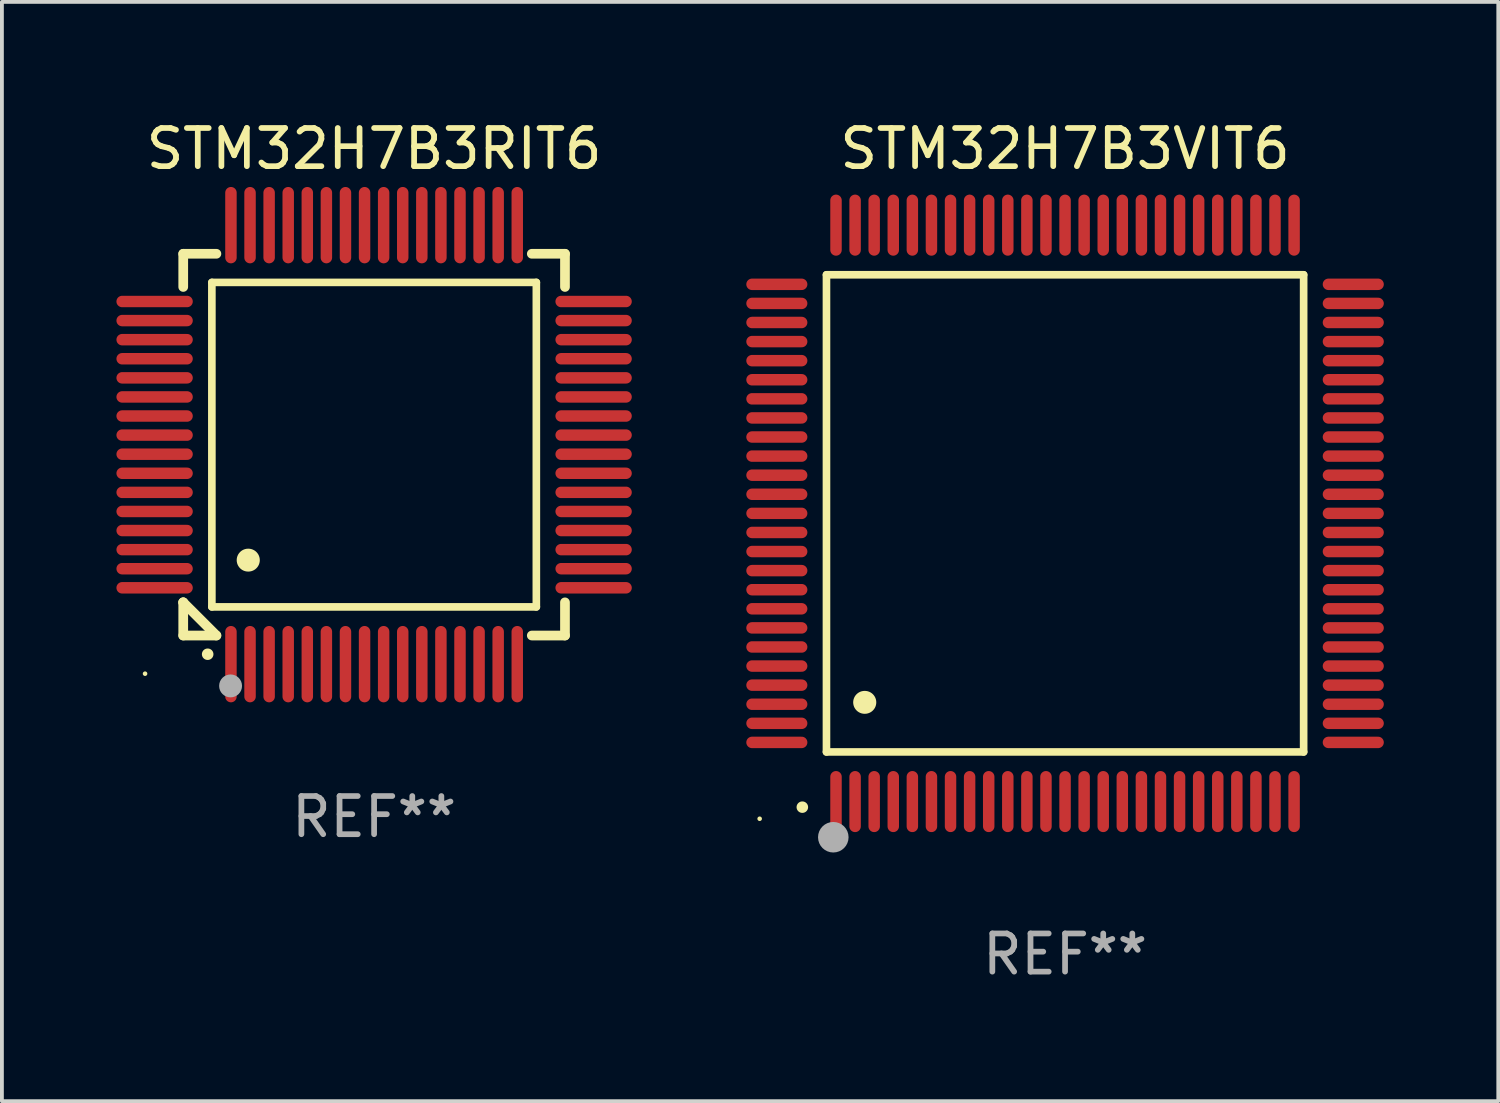
<source format=kicad_pcb>
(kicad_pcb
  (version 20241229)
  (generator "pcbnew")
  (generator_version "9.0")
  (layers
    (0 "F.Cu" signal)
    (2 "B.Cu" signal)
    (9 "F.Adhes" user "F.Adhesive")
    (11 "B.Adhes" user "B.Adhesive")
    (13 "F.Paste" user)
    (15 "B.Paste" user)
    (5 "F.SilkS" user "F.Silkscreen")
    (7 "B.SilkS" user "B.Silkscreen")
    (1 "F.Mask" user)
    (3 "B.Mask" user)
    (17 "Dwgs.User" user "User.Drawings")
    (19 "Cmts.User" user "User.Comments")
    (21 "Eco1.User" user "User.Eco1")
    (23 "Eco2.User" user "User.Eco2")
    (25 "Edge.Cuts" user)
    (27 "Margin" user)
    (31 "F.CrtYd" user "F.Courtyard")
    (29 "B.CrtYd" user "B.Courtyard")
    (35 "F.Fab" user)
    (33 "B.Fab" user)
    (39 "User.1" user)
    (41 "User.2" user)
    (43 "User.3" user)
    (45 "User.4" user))
  (footprint "STM32H7B3VIT6"
    (layer "F.Cu")
    (at 24.85 10.398)
    (property "Reference" "STM32H7B3VIT6" (at 0 -9.55 0) (layer "F.SilkS") (effects (font (size 1 1) (thickness 0.15))))
    (attr through_hole)
    (fp_line (start -6.25 -6.25) (end -6.25 6.25) (stroke (width 0.2) (type solid)) (layer "F.SilkS"))
    (fp_line (start -6.25 6.25) (end 6.25 6.25) (stroke (width 0.2) (type solid)) (layer "F.SilkS"))
    (fp_line (start 6.25 -6.25) (end -6.25 -6.25) (stroke (width 0.2) (type solid)) (layer "F.SilkS"))
    (fp_line (start 6.25 6.25) (end 6.25 -6.25) (stroke (width 0.2) (type solid)) (layer "F.SilkS"))
    (fp_arc (start -6.883414 7.696215) (mid -6.882144 7.69621) (end -6.880874 7.696215) (stroke (width 0.3) (type solid)) (layer "F.SilkS"))
    (fp_arc (start -5.250191 4.95047) (mid -5.247651 4.950459) (end -5.245111 4.95047) (stroke (width 0.6) (type solid)) (layer "F.SilkS"))
    (fp_circle (center -8 8) (end -7.97 8) (stroke (width 0.06) (type solid)) (fill no) (layer "F.SilkS"))
    (fp_circle (center -6.071 8.484) (end -5.871 8.484) (stroke (width 0.4) (type solid)) (fill no) (layer "F.Fab"))
    (fp_text user "REF**" (at 0 11.55 0) (layer "F.Fab") (effects (font (size 1 1) (thickness 0.15))))
    (pad "1" smd oval (at -6 7.55) (size 0.3 1.6) (layers "F.Cu" "F.Mask" "F.Paste"))
    (pad "2" smd oval (at -5.5 7.55) (size 0.3 1.6) (layers "F.Cu" "F.Mask" "F.Paste"))
    (pad "3" smd oval (at -5 7.55) (size 0.3 1.6) (layers "F.Cu" "F.Mask" "F.Paste"))
    (pad "4" smd oval (at -4.5 7.55) (size 0.3 1.6) (layers "F.Cu" "F.Mask" "F.Paste"))
    (pad "5" smd oval (at -4 7.55) (size 0.3 1.6) (layers "F.Cu" "F.Mask" "F.Paste"))
    (pad "6" smd oval (at -3.5 7.55) (size 0.3 1.6) (layers "F.Cu" "F.Mask" "F.Paste"))
    (pad "7" smd oval (at -3 7.55) (size 0.3 1.6) (layers "F.Cu" "F.Mask" "F.Paste"))
    (pad "8" smd oval (at -2.5 7.55) (size 0.3 1.6) (layers "F.Cu" "F.Mask" "F.Paste"))
    (pad "9" smd oval (at -2 7.55) (size 0.3 1.6) (layers "F.Cu" "F.Mask" "F.Paste"))
    (pad "10" smd oval (at -1.5 7.55) (size 0.3 1.6) (layers "F.Cu" "F.Mask" "F.Paste"))
    (pad "11" smd oval (at -1 7.55) (size 0.3 1.6) (layers "F.Cu" "F.Mask" "F.Paste"))
    (pad "12" smd oval (at -0.5 7.55) (size 0.3 1.6) (layers "F.Cu" "F.Mask" "F.Paste"))
    (pad "13" smd oval (at 0 7.55) (size 0.3 1.6) (layers "F.Cu" "F.Mask" "F.Paste"))
    (pad "14" smd oval (at 0.5 7.55) (size 0.3 1.6) (layers "F.Cu" "F.Mask" "F.Paste"))
    (pad "15" smd oval (at 1 7.55) (size 0.3 1.6) (layers "F.Cu" "F.Mask" "F.Paste"))
    (pad "16" smd oval (at 1.5 7.55) (size 0.3 1.6) (layers "F.Cu" "F.Mask" "F.Paste"))
    (pad "17" smd oval (at 2 7.55) (size 0.3 1.6) (layers "F.Cu" "F.Mask" "F.Paste"))
    (pad "18" smd oval (at 2.5 7.55) (size 0.3 1.6) (layers "F.Cu" "F.Mask" "F.Paste"))
    (pad "19" smd oval (at 3 7.55) (size 0.3 1.6) (layers "F.Cu" "F.Mask" "F.Paste"))
    (pad "20" smd oval (at 3.5 7.55) (size 0.3 1.6) (layers "F.Cu" "F.Mask" "F.Paste"))
    (pad "21" smd oval (at 4 7.55) (size 0.3 1.6) (layers "F.Cu" "F.Mask" "F.Paste"))
    (pad "22" smd oval (at 4.5 7.55) (size 0.3 1.6) (layers "F.Cu" "F.Mask" "F.Paste"))
    (pad "23" smd oval (at 5 7.55) (size 0.3 1.6) (layers "F.Cu" "F.Mask" "F.Paste"))
    (pad "24" smd oval (at 5.5 7.55) (size 0.3 1.6) (layers "F.Cu" "F.Mask" "F.Paste"))
    (pad "25" smd oval (at 6 7.55) (size 0.3 1.6) (layers "F.Cu" "F.Mask" "F.Paste"))
    (pad "26" smd oval (at 7.55 6) (size 1.6 0.3) (layers "F.Cu" "F.Mask" "F.Paste"))
    (pad "27" smd oval (at 7.55 5.5) (size 1.6 0.3) (layers "F.Cu" "F.Mask" "F.Paste"))
    (pad "28" smd oval (at 7.55 5) (size 1.6 0.3) (layers "F.Cu" "F.Mask" "F.Paste"))
    (pad "29" smd oval (at 7.55 4.5) (size 1.6 0.3) (layers "F.Cu" "F.Mask" "F.Paste"))
    (pad "30" smd oval (at 7.55 4) (size 1.6 0.3) (layers "F.Cu" "F.Mask" "F.Paste"))
    (pad "31" smd oval (at 7.55 3.5) (size 1.6 0.3) (layers "F.Cu" "F.Mask" "F.Paste"))
    (pad "32" smd oval (at 7.55 3) (size 1.6 0.3) (layers "F.Cu" "F.Mask" "F.Paste"))
    (pad "33" smd oval (at 7.55 2.5) (size 1.6 0.3) (layers "F.Cu" "F.Mask" "F.Paste"))
    (pad "34" smd oval (at 7.55 2) (size 1.6 0.3) (layers "F.Cu" "F.Mask" "F.Paste"))
    (pad "35" smd oval (at 7.55 1.5) (size 1.6 0.3) (layers "F.Cu" "F.Mask" "F.Paste"))
    (pad "36" smd oval (at 7.55 1) (size 1.6 0.3) (layers "F.Cu" "F.Mask" "F.Paste"))
    (pad "37" smd oval (at 7.55 0.5) (size 1.6 0.3) (layers "F.Cu" "F.Mask" "F.Paste"))
    (pad "38" smd oval (at 7.55 0) (size 1.6 0.3) (layers "F.Cu" "F.Mask" "F.Paste"))
    (pad "39" smd oval (at 7.55 -0.5) (size 1.6 0.3) (layers "F.Cu" "F.Mask" "F.Paste"))
    (pad "40" smd oval (at 7.55 -1) (size 1.6 0.3) (layers "F.Cu" "F.Mask" "F.Paste"))
    (pad "41" smd oval (at 7.55 -1.5) (size 1.6 0.3) (layers "F.Cu" "F.Mask" "F.Paste"))
    (pad "42" smd oval (at 7.55 -2) (size 1.6 0.3) (layers "F.Cu" "F.Mask" "F.Paste"))
    (pad "43" smd oval (at 7.55 -2.5) (size 1.6 0.3) (layers "F.Cu" "F.Mask" "F.Paste"))
    (pad "44" smd oval (at 7.55 -3) (size 1.6 0.3) (layers "F.Cu" "F.Mask" "F.Paste"))
    (pad "45" smd oval (at 7.55 -3.5) (size 1.6 0.3) (layers "F.Cu" "F.Mask" "F.Paste"))
    (pad "46" smd oval (at 7.55 -4) (size 1.6 0.3) (layers "F.Cu" "F.Mask" "F.Paste"))
    (pad "47" smd oval (at 7.55 -4.5) (size 1.6 0.3) (layers "F.Cu" "F.Mask" "F.Paste"))
    (pad "48" smd oval (at 7.55 -5) (size 1.6 0.3) (layers "F.Cu" "F.Mask" "F.Paste"))
    (pad "49" smd oval (at 7.55 -5.5) (size 1.6 0.3) (layers "F.Cu" "F.Mask" "F.Paste"))
    (pad "50" smd oval (at 7.55 -6) (size 1.6 0.3) (layers "F.Cu" "F.Mask" "F.Paste"))
    (pad "51" smd oval (at 6 -7.55) (size 0.3 1.6) (layers "F.Cu" "F.Mask" "F.Paste"))
    (pad "52" smd oval (at 5.5 -7.55) (size 0.3 1.6) (layers "F.Cu" "F.Mask" "F.Paste"))
    (pad "53" smd oval (at 5 -7.55) (size 0.3 1.6) (layers "F.Cu" "F.Mask" "F.Paste"))
    (pad "54" smd oval (at 4.5 -7.55) (size 0.3 1.6) (layers "F.Cu" "F.Mask" "F.Paste"))
    (pad "55" smd oval (at 4 -7.55) (size 0.3 1.6) (layers "F.Cu" "F.Mask" "F.Paste"))
    (pad "56" smd oval (at 3.5 -7.55) (size 0.3 1.6) (layers "F.Cu" "F.Mask" "F.Paste"))
    (pad "57" smd oval (at 3 -7.55) (size 0.3 1.6) (layers "F.Cu" "F.Mask" "F.Paste"))
    (pad "58" smd oval (at 2.5 -7.55) (size 0.3 1.6) (layers "F.Cu" "F.Mask" "F.Paste"))
    (pad "59" smd oval (at 2 -7.55) (size 0.3 1.6) (layers "F.Cu" "F.Mask" "F.Paste"))
    (pad "60" smd oval (at 1.5 -7.55) (size 0.3 1.6) (layers "F.Cu" "F.Mask" "F.Paste"))
    (pad "61" smd oval (at 1 -7.55) (size 0.3 1.6) (layers "F.Cu" "F.Mask" "F.Paste"))
    (pad "62" smd oval (at 0.5 -7.55) (size 0.3 1.6) (layers "F.Cu" "F.Mask" "F.Paste"))
    (pad "63" smd oval (at 0 -7.55) (size 0.3 1.6) (layers "F.Cu" "F.Mask" "F.Paste"))
    (pad "64" smd oval (at -0.5 -7.55) (size 0.3 1.6) (layers "F.Cu" "F.Mask" "F.Paste"))
    (pad "65" smd oval (at -1 -7.55) (size 0.3 1.6) (layers "F.Cu" "F.Mask" "F.Paste"))
    (pad "66" smd oval (at -1.5 -7.55) (size 0.3 1.6) (layers "F.Cu" "F.Mask" "F.Paste"))
    (pad "67" smd oval (at -2 -7.55) (size 0.3 1.6) (layers "F.Cu" "F.Mask" "F.Paste"))
    (pad "68" smd oval (at -2.5 -7.55) (size 0.3 1.6) (layers "F.Cu" "F.Mask" "F.Paste"))
    (pad "69" smd oval (at -3 -7.55) (size 0.3 1.6) (layers "F.Cu" "F.Mask" "F.Paste"))
    (pad "70" smd oval (at -3.5 -7.55) (size 0.3 1.6) (layers "F.Cu" "F.Mask" "F.Paste"))
    (pad "71" smd oval (at -4 -7.55) (size 0.3 1.6) (layers "F.Cu" "F.Mask" "F.Paste"))
    (pad "72" smd oval (at -4.5 -7.55) (size 0.3 1.6) (layers "F.Cu" "F.Mask" "F.Paste"))
    (pad "73" smd oval (at -5 -7.55) (size 0.3 1.6) (layers "F.Cu" "F.Mask" "F.Paste"))
    (pad "74" smd oval (at -5.5 -7.55) (size 0.3 1.6) (layers "F.Cu" "F.Mask" "F.Paste"))
    (pad "75" smd oval (at -6 -7.55) (size 0.3 1.6) (layers "F.Cu" "F.Mask" "F.Paste"))
    (pad "76" smd oval (at -7.55 -6) (size 1.6 0.3) (layers "F.Cu" "F.Mask" "F.Paste"))
    (pad "77" smd oval (at -7.55 -5.5) (size 1.6 0.3) (layers "F.Cu" "F.Mask" "F.Paste"))
    (pad "78" smd oval (at -7.55 -5) (size 1.6 0.3) (layers "F.Cu" "F.Mask" "F.Paste"))
    (pad "79" smd oval (at -7.55 -4.5) (size 1.6 0.3) (layers "F.Cu" "F.Mask" "F.Paste"))
    (pad "80" smd oval (at -7.55 -4) (size 1.6 0.3) (layers "F.Cu" "F.Mask" "F.Paste"))
    (pad "81" smd oval (at -7.55 -3.5) (size 1.6 0.3) (layers "F.Cu" "F.Mask" "F.Paste"))
    (pad "82" smd oval (at -7.55 -3) (size 1.6 0.3) (layers "F.Cu" "F.Mask" "F.Paste"))
    (pad "83" smd oval (at -7.55 -2.5) (size 1.6 0.3) (layers "F.Cu" "F.Mask" "F.Paste"))
    (pad "84" smd oval (at -7.55 -2) (size 1.6 0.3) (layers "F.Cu" "F.Mask" "F.Paste"))
    (pad "85" smd oval (at -7.55 -1.5) (size 1.6 0.3) (layers "F.Cu" "F.Mask" "F.Paste"))
    (pad "86" smd oval (at -7.55 -1) (size 1.6 0.3) (layers "F.Cu" "F.Mask" "F.Paste"))
    (pad "87" smd oval (at -7.55 -0.5) (size 1.6 0.3) (layers "F.Cu" "F.Mask" "F.Paste"))
    (pad "88" smd oval (at -7.55 0) (size 1.6 0.3) (layers "F.Cu" "F.Mask" "F.Paste"))
    (pad "89" smd oval (at -7.55 0.5) (size 1.6 0.3) (layers "F.Cu" "F.Mask" "F.Paste"))
    (pad "90" smd oval (at -7.55 1) (size 1.6 0.3) (layers "F.Cu" "F.Mask" "F.Paste"))
    (pad "91" smd oval (at -7.55 1.5) (size 1.6 0.3) (layers "F.Cu" "F.Mask" "F.Paste"))
    (pad "92" smd oval (at -7.55 2) (size 1.6 0.3) (layers "F.Cu" "F.Mask" "F.Paste"))
    (pad "93" smd oval (at -7.55 2.5) (size 1.6 0.3) (layers "F.Cu" "F.Mask" "F.Paste"))
    (pad "94" smd oval (at -7.55 3) (size 1.6 0.3) (layers "F.Cu" "F.Mask" "F.Paste"))
    (pad "95" smd oval (at -7.55 3.5) (size 1.6 0.3) (layers "F.Cu" "F.Mask" "F.Paste"))
    (pad "96" smd oval (at -7.55 4) (size 1.6 0.3) (layers "F.Cu" "F.Mask" "F.Paste"))
    (pad "97" smd oval (at -7.55 4.5) (size 1.6 0.3) (layers "F.Cu" "F.Mask" "F.Paste"))
    (pad "98" smd oval (at -7.55 5) (size 1.6 0.3) (layers "F.Cu" "F.Mask" "F.Paste"))
    (pad "99" smd oval (at -7.55 5.5) (size 1.6 0.3) (layers "F.Cu" "F.Mask" "F.Paste"))
    (pad "100" smd oval (at -7.55 6) (size 1.6 0.3) (layers "F.Cu" "F.Mask" "F.Paste")))
  (footprint "STM32H7B3RIT6"
    (layer "F.Cu")
    (at 6.75 8.598)
    (property "Reference" "STM32H7B3RIT6" (at 0 -7.75 0) (layer "F.SilkS") (effects (font (size 1 1) (thickness 0.15))))
    (attr through_hole)
    (fp_line (start -5 -5) (end -4.131 -5) (stroke (width 0.254) (type solid)) (layer "F.SilkS"))
    (fp_line (start -5 -4.131) (end -5 -5) (stroke (width 0.254) (type solid)) (layer "F.SilkS"))
    (fp_line (start -5 4.131) (end -5 4.131) (stroke (width 0.254) (type solid)) (layer "F.SilkS"))
    (fp_line (start -5 5) (end -5 4.131) (stroke (width 0.254) (type solid)) (layer "F.SilkS"))
    (fp_line (start -5 4.131) (end -4.131 5) (stroke (width 0.254) (type solid)) (layer "F.SilkS"))
    (fp_line (start -4.25 -4.25) (end -4.25 4.25) (stroke (width 0.2) (type solid)) (layer "F.SilkS"))
    (fp_line (start -4.25 4.25) (end 4.25 4.25) (stroke (width 0.2) (type solid)) (layer "F.SilkS"))
    (fp_line (start -4.131 5) (end -5 5) (stroke (width 0.254) (type solid)) (layer "F.SilkS"))
    (fp_line (start 4.25 -4.25) (end -4.25 -4.25) (stroke (width 0.2) (type solid)) (layer "F.SilkS"))
    (fp_line (start 4.25 4.25) (end 4.25 -4.25) (stroke (width 0.2) (type solid)) (layer "F.SilkS"))
    (fp_line (start 5 -5) (end 4.131 -5) (stroke (width 0.254) (type solid)) (layer "F.SilkS"))
    (fp_line (start 5 -5) (end 5 -4.131) (stroke (width 0.254) (type solid)) (layer "F.SilkS"))
    (fp_line (start 5 4.131) (end 5 5) (stroke (width 0.254) (type solid)) (layer "F.SilkS"))
    (fp_line (start 5 5) (end 4.131 5) (stroke (width 0.254) (type solid)) (layer "F.SilkS"))
    (fp_arc (start -4.361265 5.489992) (mid -4.359995 5.489987) (end -4.358725 5.489992) (stroke (width 0.3) (type solid)) (layer "F.SilkS"))
    (fp_arc (start -3.299467 3.025146) (mid -3.296927 3.025135) (end -3.294387 3.025146) (stroke (width 0.6) (type solid)) (layer "F.SilkS"))
    (fp_circle (center -6 6) (end -5.97 6) (stroke (width 0.06) (type solid)) (fill no) (layer "F.SilkS"))
    (fp_circle (center -3.76 6.32) (end -3.61 6.32) (stroke (width 0.3) (type solid)) (fill no) (layer "F.Fab"))
    (fp_text user "REF**" (at 0 9.75 0) (layer "F.Fab") (effects (font (size 1 1) (thickness 0.15))))
    (pad "1" smd oval (at -3.75 5.75) (size 0.3 2) (layers "F.Cu" "F.Mask" "F.Paste"))
    (pad "2" smd oval (at -3.25 5.75) (size 0.3 2) (layers "F.Cu" "F.Mask" "F.Paste"))
    (pad "3" smd oval (at -2.75 5.75) (size 0.3 2) (layers "F.Cu" "F.Mask" "F.Paste"))
    (pad "4" smd oval (at -2.25 5.75) (size 0.3 2) (layers "F.Cu" "F.Mask" "F.Paste"))
    (pad "5" smd oval (at -1.75 5.75) (size 0.3 2) (layers "F.Cu" "F.Mask" "F.Paste"))
    (pad "6" smd oval (at -1.25 5.75) (size 0.3 2) (layers "F.Cu" "F.Mask" "F.Paste"))
    (pad "7" smd oval (at -0.75 5.75) (size 0.3 2) (layers "F.Cu" "F.Mask" "F.Paste"))
    (pad "8" smd oval (at -0.25 5.75) (size 0.3 2) (layers "F.Cu" "F.Mask" "F.Paste"))
    (pad "9" smd oval (at 0.25 5.75) (size 0.3 2) (layers "F.Cu" "F.Mask" "F.Paste"))
    (pad "10" smd oval (at 0.75 5.75) (size 0.3 2) (layers "F.Cu" "F.Mask" "F.Paste"))
    (pad "11" smd oval (at 1.25 5.75) (size 0.3 2) (layers "F.Cu" "F.Mask" "F.Paste"))
    (pad "12" smd oval (at 1.75 5.75) (size 0.3 2) (layers "F.Cu" "F.Mask" "F.Paste"))
    (pad "13" smd oval (at 2.25 5.75) (size 0.3 2) (layers "F.Cu" "F.Mask" "F.Paste"))
    (pad "14" smd oval (at 2.75 5.75) (size 0.3 2) (layers "F.Cu" "F.Mask" "F.Paste"))
    (pad "15" smd oval (at 3.25 5.75) (size 0.3 2) (layers "F.Cu" "F.Mask" "F.Paste"))
    (pad "16" smd oval (at 3.75 5.75) (size 0.3 2) (layers "F.Cu" "F.Mask" "F.Paste"))
    (pad "17" smd oval (at 5.75 3.75) (size 2 0.3) (layers "F.Cu" "F.Mask" "F.Paste"))
    (pad "18" smd oval (at 5.75 3.25) (size 2 0.3) (layers "F.Cu" "F.Mask" "F.Paste"))
    (pad "19" smd oval (at 5.75 2.75) (size 2 0.3) (layers "F.Cu" "F.Mask" "F.Paste"))
    (pad "20" smd oval (at 5.75 2.25) (size 2 0.3) (layers "F.Cu" "F.Mask" "F.Paste"))
    (pad "21" smd oval (at 5.75 1.75) (size 2 0.3) (layers "F.Cu" "F.Mask" "F.Paste"))
    (pad "22" smd oval (at 5.75 1.25) (size 2 0.3) (layers "F.Cu" "F.Mask" "F.Paste"))
    (pad "23" smd oval (at 5.75 0.75) (size 2 0.3) (layers "F.Cu" "F.Mask" "F.Paste"))
    (pad "24" smd oval (at 5.75 0.25) (size 2 0.3) (layers "F.Cu" "F.Mask" "F.Paste"))
    (pad "25" smd oval (at 5.75 -0.25) (size 2 0.3) (layers "F.Cu" "F.Mask" "F.Paste"))
    (pad "26" smd oval (at 5.75 -0.75) (size 2 0.3) (layers "F.Cu" "F.Mask" "F.Paste"))
    (pad "27" smd oval (at 5.75 -1.25) (size 2 0.3) (layers "F.Cu" "F.Mask" "F.Paste"))
    (pad "28" smd oval (at 5.75 -1.75) (size 2 0.3) (layers "F.Cu" "F.Mask" "F.Paste"))
    (pad "29" smd oval (at 5.75 -2.25) (size 2 0.3) (layers "F.Cu" "F.Mask" "F.Paste"))
    (pad "30" smd oval (at 5.75 -2.75) (size 2 0.3) (layers "F.Cu" "F.Mask" "F.Paste"))
    (pad "31" smd oval (at 5.75 -3.25) (size 2 0.3) (layers "F.Cu" "F.Mask" "F.Paste"))
    (pad "32" smd oval (at 5.75 -3.75) (size 2 0.3) (layers "F.Cu" "F.Mask" "F.Paste"))
    (pad "33" smd oval (at 3.75 -5.75) (size 0.3 2) (layers "F.Cu" "F.Mask" "F.Paste"))
    (pad "34" smd oval (at 3.25 -5.75) (size 0.3 2) (layers "F.Cu" "F.Mask" "F.Paste"))
    (pad "35" smd oval (at 2.75 -5.75) (size 0.3 2) (layers "F.Cu" "F.Mask" "F.Paste"))
    (pad "36" smd oval (at 2.25 -5.75) (size 0.3 2) (layers "F.Cu" "F.Mask" "F.Paste"))
    (pad "37" smd oval (at 1.75 -5.75) (size 0.3 2) (layers "F.Cu" "F.Mask" "F.Paste"))
    (pad "38" smd oval (at 1.25 -5.75) (size 0.3 2) (layers "F.Cu" "F.Mask" "F.Paste"))
    (pad "39" smd oval (at 0.75 -5.75) (size 0.3 2) (layers "F.Cu" "F.Mask" "F.Paste"))
    (pad "40" smd oval (at 0.25 -5.75) (size 0.3 2) (layers "F.Cu" "F.Mask" "F.Paste"))
    (pad "41" smd oval (at -0.25 -5.75) (size 0.3 2) (layers "F.Cu" "F.Mask" "F.Paste"))
    (pad "42" smd oval (at -0.75 -5.75) (size 0.3 2) (layers "F.Cu" "F.Mask" "F.Paste"))
    (pad "43" smd oval (at -1.25 -5.75) (size 0.3 2) (layers "F.Cu" "F.Mask" "F.Paste"))
    (pad "44" smd oval (at -1.75 -5.75) (size 0.3 2) (layers "F.Cu" "F.Mask" "F.Paste"))
    (pad "45" smd oval (at -2.25 -5.75) (size 0.3 2) (layers "F.Cu" "F.Mask" "F.Paste"))
    (pad "46" smd oval (at -2.75 -5.75) (size 0.3 2) (layers "F.Cu" "F.Mask" "F.Paste"))
    (pad "47" smd oval (at -3.25 -5.75) (size 0.3 2) (layers "F.Cu" "F.Mask" "F.Paste"))
    (pad "48" smd oval (at -3.75 -5.75) (size 0.3 2) (layers "F.Cu" "F.Mask" "F.Paste"))
    (pad "49" smd oval (at -5.75 -3.75) (size 2 0.3) (layers "F.Cu" "F.Mask" "F.Paste"))
    (pad "50" smd oval (at -5.75 -3.25) (size 2 0.3) (layers "F.Cu" "F.Mask" "F.Paste"))
    (pad "51" smd oval (at -5.75 -2.75) (size 2 0.3) (layers "F.Cu" "F.Mask" "F.Paste"))
    (pad "52" smd oval (at -5.75 -2.25) (size 2 0.3) (layers "F.Cu" "F.Mask" "F.Paste"))
    (pad "53" smd oval (at -5.75 -1.75) (size 2 0.3) (layers "F.Cu" "F.Mask" "F.Paste"))
    (pad "54" smd oval (at -5.75 -1.25) (size 2 0.3) (layers "F.Cu" "F.Mask" "F.Paste"))
    (pad "55" smd oval (at -5.75 -0.75) (size 2 0.3) (layers "F.Cu" "F.Mask" "F.Paste"))
    (pad "56" smd oval (at -5.75 -0.25) (size 2 0.3) (layers "F.Cu" "F.Mask" "F.Paste"))
    (pad "57" smd oval (at -5.75 0.25) (size 2 0.3) (layers "F.Cu" "F.Mask" "F.Paste"))
    (pad "58" smd oval (at -5.75 0.75) (size 2 0.3) (layers "F.Cu" "F.Mask" "F.Paste"))
    (pad "59" smd oval (at -5.75 1.25) (size 2 0.3) (layers "F.Cu" "F.Mask" "F.Paste"))
    (pad "60" smd oval (at -5.75 1.75) (size 2 0.3) (layers "F.Cu" "F.Mask" "F.Paste"))
    (pad "61" smd oval (at -5.75 2.25) (size 2 0.3) (layers "F.Cu" "F.Mask" "F.Paste"))
    (pad "62" smd oval (at -5.75 2.75) (size 2 0.3) (layers "F.Cu" "F.Mask" "F.Paste"))
    (pad "63" smd oval (at -5.75 3.25) (size 2 0.3) (layers "F.Cu" "F.Mask" "F.Paste"))
    (pad "64" smd oval (at -5.75 3.75) (size 2 0.3) (layers "F.Cu" "F.Mask" "F.Paste")))
  (gr_rect
    (start -3 -3)
    (end 36.199 25.796)
    (stroke (width 0.1) (type default))
    (fill no)
    (layer "Edge.Cuts")))
</source>
